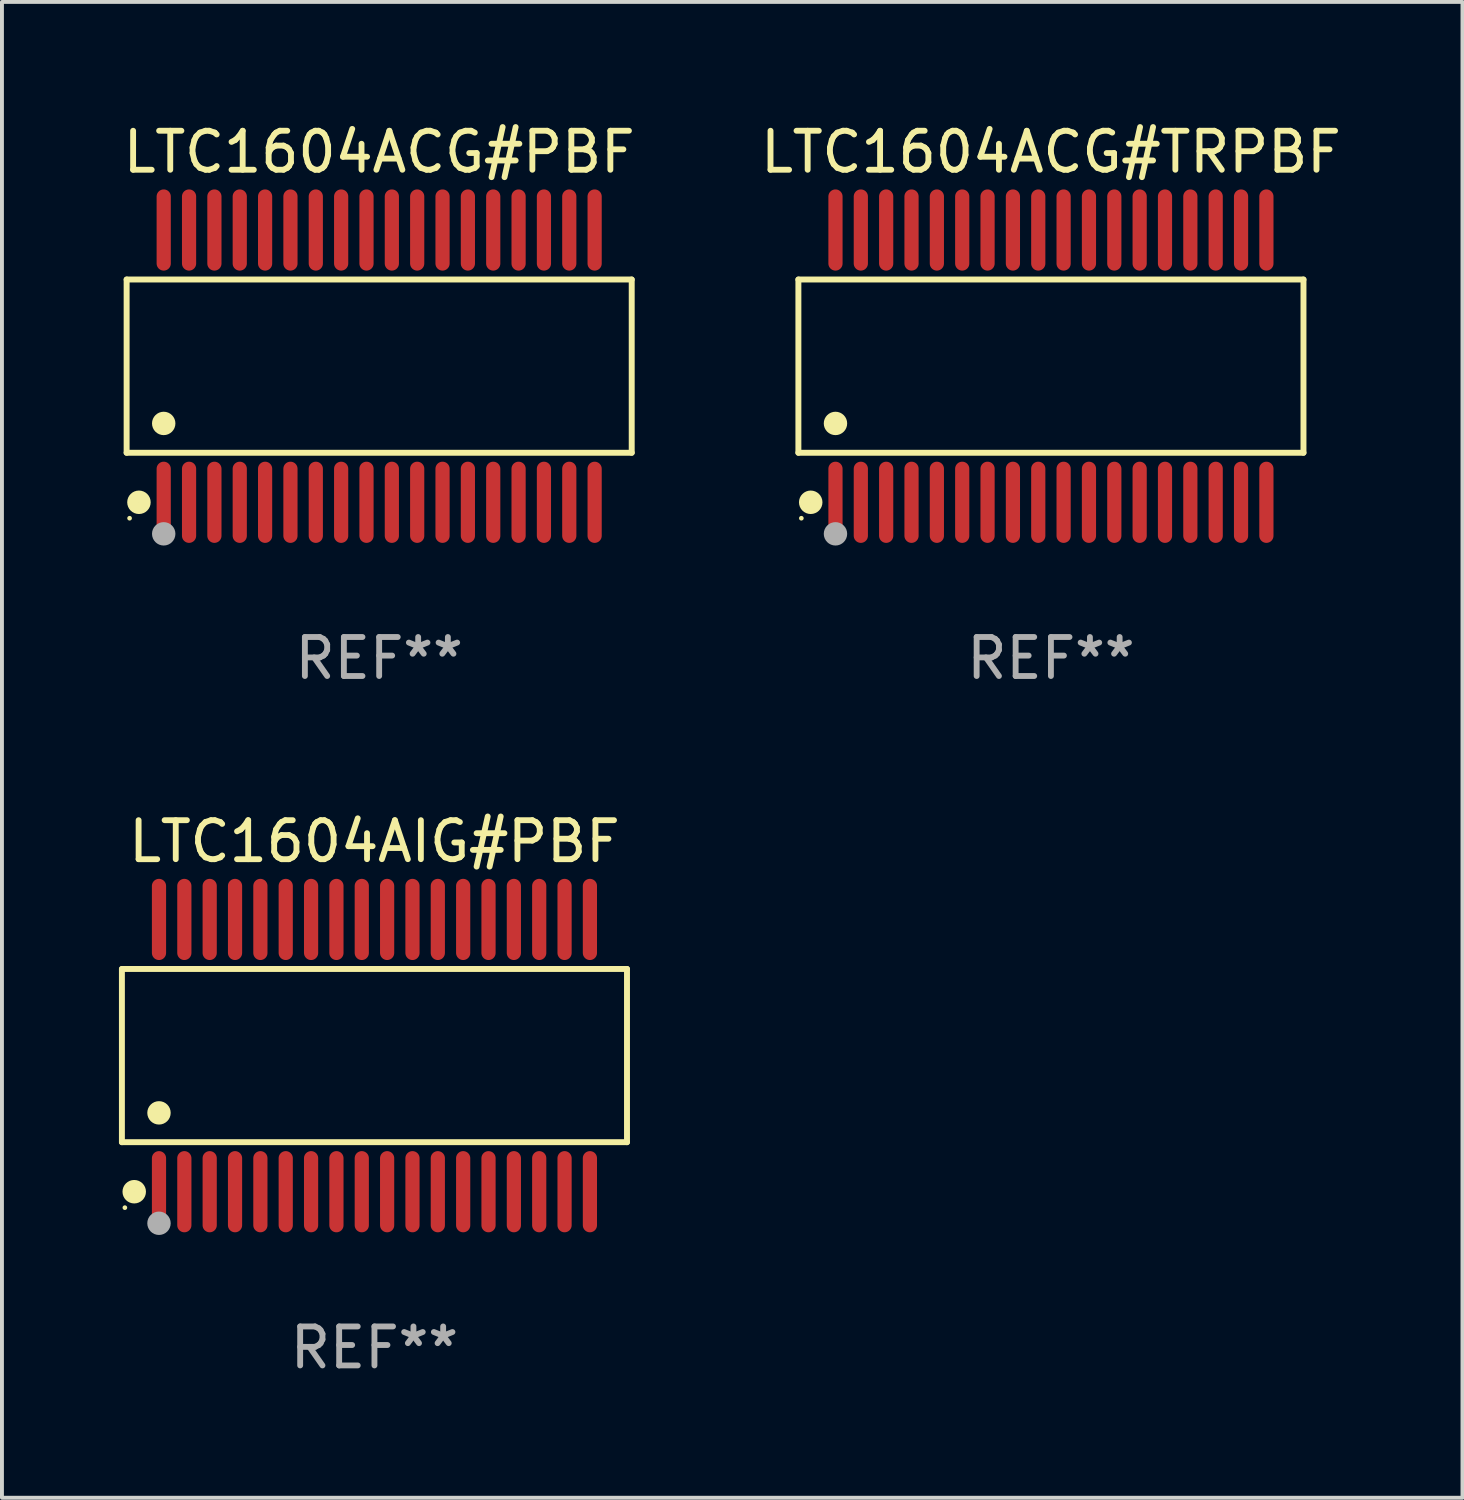
<source format=kicad_pcb>
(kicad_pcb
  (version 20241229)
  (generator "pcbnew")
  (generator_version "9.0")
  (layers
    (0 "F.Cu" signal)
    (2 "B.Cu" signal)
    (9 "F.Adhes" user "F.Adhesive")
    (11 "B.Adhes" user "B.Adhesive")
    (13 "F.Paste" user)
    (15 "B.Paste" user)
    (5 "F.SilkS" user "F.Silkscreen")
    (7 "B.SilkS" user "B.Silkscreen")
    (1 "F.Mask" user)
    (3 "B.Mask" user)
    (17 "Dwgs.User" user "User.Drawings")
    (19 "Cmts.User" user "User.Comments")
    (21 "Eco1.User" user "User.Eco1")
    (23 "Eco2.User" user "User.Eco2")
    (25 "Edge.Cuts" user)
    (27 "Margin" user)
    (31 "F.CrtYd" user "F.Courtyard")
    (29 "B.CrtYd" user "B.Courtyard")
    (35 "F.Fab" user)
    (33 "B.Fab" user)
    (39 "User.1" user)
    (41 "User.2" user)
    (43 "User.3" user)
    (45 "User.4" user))
  (footprint "LTC1604ACG#TRPBF"
    (layer "F.Cu")
    (at 23.899 6.339)
    (property "Reference" "LTC1604ACG#TRPBF" (at 0 -5.491 0) (layer "F.SilkS") (effects (font (size 1 1) (thickness 0.15))))
    (attr through_hole)
    (fp_line (start -6.476 -2.221) (end 6.476 -2.221) (stroke (width 0.152) (type solid)) (layer "F.SilkS"))
    (fp_line (start -6.476 2.221) (end -6.476 -2.221) (stroke (width 0.152) (type solid)) (layer "F.SilkS"))
    (fp_line (start 6.476 -2.221) (end 6.476 2.221) (stroke (width 0.152) (type solid)) (layer "F.SilkS"))
    (fp_line (start 6.476 2.221) (end -6.476 2.221) (stroke (width 0.152) (type solid)) (layer "F.SilkS"))
    (fp_circle (center -6.4 3.9) (end -6.37 3.9) (stroke (width 0.06) (type solid)) (fill no) (layer "F.SilkS"))
    (fp_circle (center -6.16 3.491) (end -6.009 3.491) (stroke (width 0.3) (type solid)) (fill no) (layer "F.SilkS"))
    (fp_circle (center -5.525 1.469) (end -5.375 1.469) (stroke (width 0.3) (type solid)) (fill no) (layer "F.SilkS"))
    (fp_circle (center -5.525 4.3) (end -5.375 4.3) (stroke (width 0.3) (type solid)) (fill no) (layer "F.Fab"))
    (fp_text user "REF**" (at 0 7.491 0) (layer "F.Fab") (effects (font (size 1 1) (thickness 0.15))))
    (pad "1" smd oval (at -5.525 3.491) (size 0.364 2.082) (layers "F.Cu" "F.Mask" "F.Paste"))
    (pad "2" smd oval (at -4.875 3.491) (size 0.364 2.082) (layers "F.Cu" "F.Mask" "F.Paste"))
    (pad "3" smd oval (at -4.225 3.491) (size 0.364 2.082) (layers "F.Cu" "F.Mask" "F.Paste"))
    (pad "4" smd oval (at -3.575 3.491) (size 0.364 2.082) (layers "F.Cu" "F.Mask" "F.Paste"))
    (pad "5" smd oval (at -2.925 3.491) (size 0.364 2.082) (layers "F.Cu" "F.Mask" "F.Paste"))
    (pad "6" smd oval (at -2.275 3.491) (size 0.364 2.082) (layers "F.Cu" "F.Mask" "F.Paste"))
    (pad "7" smd oval (at -1.625 3.491) (size 0.364 2.082) (layers "F.Cu" "F.Mask" "F.Paste"))
    (pad "8" smd oval (at -0.975 3.491) (size 0.364 2.082) (layers "F.Cu" "F.Mask" "F.Paste"))
    (pad "9" smd oval (at -0.325 3.491) (size 0.364 2.082) (layers "F.Cu" "F.Mask" "F.Paste"))
    (pad "10" smd oval (at 0.325 3.491) (size 0.364 2.082) (layers "F.Cu" "F.Mask" "F.Paste"))
    (pad "11" smd oval (at 0.975 3.491) (size 0.364 2.082) (layers "F.Cu" "F.Mask" "F.Paste"))
    (pad "12" smd oval (at 1.625 3.491) (size 0.364 2.082) (layers "F.Cu" "F.Mask" "F.Paste"))
    (pad "13" smd oval (at 2.275 3.491) (size 0.364 2.082) (layers "F.Cu" "F.Mask" "F.Paste"))
    (pad "14" smd oval (at 2.925 3.491) (size 0.364 2.082) (layers "F.Cu" "F.Mask" "F.Paste"))
    (pad "15" smd oval (at 3.575 3.491) (size 0.364 2.082) (layers "F.Cu" "F.Mask" "F.Paste"))
    (pad "16" smd oval (at 4.225 3.491) (size 0.364 2.082) (layers "F.Cu" "F.Mask" "F.Paste"))
    (pad "17" smd oval (at 4.875 3.491) (size 0.364 2.082) (layers "F.Cu" "F.Mask" "F.Paste"))
    (pad "18" smd oval (at 5.525 3.491) (size 0.364 2.082) (layers "F.Cu" "F.Mask" "F.Paste"))
    (pad "19" smd oval (at 5.525 -3.491) (size 0.364 2.082) (layers "F.Cu" "F.Mask" "F.Paste"))
    (pad "20" smd oval (at 4.875 -3.491) (size 0.364 2.082) (layers "F.Cu" "F.Mask" "F.Paste"))
    (pad "21" smd oval (at 4.225 -3.491) (size 0.364 2.082) (layers "F.Cu" "F.Mask" "F.Paste"))
    (pad "22" smd oval (at 3.575 -3.491) (size 0.364 2.082) (layers "F.Cu" "F.Mask" "F.Paste"))
    (pad "23" smd oval (at 2.925 -3.491) (size 0.364 2.082) (layers "F.Cu" "F.Mask" "F.Paste"))
    (pad "24" smd oval (at 2.275 -3.491) (size 0.364 2.082) (layers "F.Cu" "F.Mask" "F.Paste"))
    (pad "25" smd oval (at 1.625 -3.491) (size 0.364 2.082) (layers "F.Cu" "F.Mask" "F.Paste"))
    (pad "26" smd oval (at 0.975 -3.491) (size 0.364 2.082) (layers "F.Cu" "F.Mask" "F.Paste"))
    (pad "27" smd oval (at 0.325 -3.491) (size 0.364 2.082) (layers "F.Cu" "F.Mask" "F.Paste"))
    (pad "28" smd oval (at -0.325 -3.491) (size 0.364 2.082) (layers "F.Cu" "F.Mask" "F.Paste"))
    (pad "29" smd oval (at -0.975 -3.491) (size 0.364 2.082) (layers "F.Cu" "F.Mask" "F.Paste"))
    (pad "30" smd oval (at -1.625 -3.491) (size 0.364 2.082) (layers "F.Cu" "F.Mask" "F.Paste"))
    (pad "31" smd oval (at -2.275 -3.491) (size 0.364 2.082) (layers "F.Cu" "F.Mask" "F.Paste"))
    (pad "32" smd oval (at -2.925 -3.491) (size 0.364 2.082) (layers "F.Cu" "F.Mask" "F.Paste"))
    (pad "33" smd oval (at -3.575 -3.491) (size 0.364 2.082) (layers "F.Cu" "F.Mask" "F.Paste"))
    (pad "34" smd oval (at -4.225 -3.491) (size 0.364 2.082) (layers "F.Cu" "F.Mask" "F.Paste"))
    (pad "35" smd oval (at -4.875 -3.491) (size 0.364 2.082) (layers "F.Cu" "F.Mask" "F.Paste"))
    (pad "36" smd oval (at -5.525 -3.491) (size 0.364 2.082) (layers "F.Cu" "F.Mask" "F.Paste")))
  (footprint "LTC1604AIG#PBF"
    (layer "F.Cu")
    (at 6.552 24.018)
    (property "Reference" "LTC1604AIG#PBF" (at 0 -5.491 0) (layer "F.SilkS") (effects (font (size 1 1) (thickness 0.15))))
    (attr through_hole)
    (fp_line (start -6.476 -2.221) (end 6.476 -2.221) (stroke (width 0.152) (type solid)) (layer "F.SilkS"))
    (fp_line (start -6.476 2.221) (end -6.476 -2.221) (stroke (width 0.152) (type solid)) (layer "F.SilkS"))
    (fp_line (start 6.476 -2.221) (end 6.476 2.221) (stroke (width 0.152) (type solid)) (layer "F.SilkS"))
    (fp_line (start 6.476 2.221) (end -6.476 2.221) (stroke (width 0.152) (type solid)) (layer "F.SilkS"))
    (fp_circle (center -6.4 3.9) (end -6.37 3.9) (stroke (width 0.06) (type solid)) (fill no) (layer "F.SilkS"))
    (fp_circle (center -6.16 3.491) (end -6.009 3.491) (stroke (width 0.3) (type solid)) (fill no) (layer "F.SilkS"))
    (fp_circle (center -5.525 1.469) (end -5.375 1.469) (stroke (width 0.3) (type solid)) (fill no) (layer "F.SilkS"))
    (fp_circle (center -5.525 4.3) (end -5.375 4.3) (stroke (width 0.3) (type solid)) (fill no) (layer "F.Fab"))
    (fp_text user "REF**" (at 0 7.491 0) (layer "F.Fab") (effects (font (size 1 1) (thickness 0.15))))
    (pad "1" smd oval (at -5.525 3.491) (size 0.364 2.082) (layers "F.Cu" "F.Mask" "F.Paste"))
    (pad "2" smd oval (at -4.875 3.491) (size 0.364 2.082) (layers "F.Cu" "F.Mask" "F.Paste"))
    (pad "3" smd oval (at -4.225 3.491) (size 0.364 2.082) (layers "F.Cu" "F.Mask" "F.Paste"))
    (pad "4" smd oval (at -3.575 3.491) (size 0.364 2.082) (layers "F.Cu" "F.Mask" "F.Paste"))
    (pad "5" smd oval (at -2.925 3.491) (size 0.364 2.082) (layers "F.Cu" "F.Mask" "F.Paste"))
    (pad "6" smd oval (at -2.275 3.491) (size 0.364 2.082) (layers "F.Cu" "F.Mask" "F.Paste"))
    (pad "7" smd oval (at -1.625 3.491) (size 0.364 2.082) (layers "F.Cu" "F.Mask" "F.Paste"))
    (pad "8" smd oval (at -0.975 3.491) (size 0.364 2.082) (layers "F.Cu" "F.Mask" "F.Paste"))
    (pad "9" smd oval (at -0.325 3.491) (size 0.364 2.082) (layers "F.Cu" "F.Mask" "F.Paste"))
    (pad "10" smd oval (at 0.325 3.491) (size 0.364 2.082) (layers "F.Cu" "F.Mask" "F.Paste"))
    (pad "11" smd oval (at 0.975 3.491) (size 0.364 2.082) (layers "F.Cu" "F.Mask" "F.Paste"))
    (pad "12" smd oval (at 1.625 3.491) (size 0.364 2.082) (layers "F.Cu" "F.Mask" "F.Paste"))
    (pad "13" smd oval (at 2.275 3.491) (size 0.364 2.082) (layers "F.Cu" "F.Mask" "F.Paste"))
    (pad "14" smd oval (at 2.925 3.491) (size 0.364 2.082) (layers "F.Cu" "F.Mask" "F.Paste"))
    (pad "15" smd oval (at 3.575 3.491) (size 0.364 2.082) (layers "F.Cu" "F.Mask" "F.Paste"))
    (pad "16" smd oval (at 4.225 3.491) (size 0.364 2.082) (layers "F.Cu" "F.Mask" "F.Paste"))
    (pad "17" smd oval (at 4.875 3.491) (size 0.364 2.082) (layers "F.Cu" "F.Mask" "F.Paste"))
    (pad "18" smd oval (at 5.525 3.491) (size 0.364 2.082) (layers "F.Cu" "F.Mask" "F.Paste"))
    (pad "19" smd oval (at 5.525 -3.491) (size 0.364 2.082) (layers "F.Cu" "F.Mask" "F.Paste"))
    (pad "20" smd oval (at 4.875 -3.491) (size 0.364 2.082) (layers "F.Cu" "F.Mask" "F.Paste"))
    (pad "21" smd oval (at 4.225 -3.491) (size 0.364 2.082) (layers "F.Cu" "F.Mask" "F.Paste"))
    (pad "22" smd oval (at 3.575 -3.491) (size 0.364 2.082) (layers "F.Cu" "F.Mask" "F.Paste"))
    (pad "23" smd oval (at 2.925 -3.491) (size 0.364 2.082) (layers "F.Cu" "F.Mask" "F.Paste"))
    (pad "24" smd oval (at 2.275 -3.491) (size 0.364 2.082) (layers "F.Cu" "F.Mask" "F.Paste"))
    (pad "25" smd oval (at 1.625 -3.491) (size 0.364 2.082) (layers "F.Cu" "F.Mask" "F.Paste"))
    (pad "26" smd oval (at 0.975 -3.491) (size 0.364 2.082) (layers "F.Cu" "F.Mask" "F.Paste"))
    (pad "27" smd oval (at 0.325 -3.491) (size 0.364 2.082) (layers "F.Cu" "F.Mask" "F.Paste"))
    (pad "28" smd oval (at -0.325 -3.491) (size 0.364 2.082) (layers "F.Cu" "F.Mask" "F.Paste"))
    (pad "29" smd oval (at -0.975 -3.491) (size 0.364 2.082) (layers "F.Cu" "F.Mask" "F.Paste"))
    (pad "30" smd oval (at -1.625 -3.491) (size 0.364 2.082) (layers "F.Cu" "F.Mask" "F.Paste"))
    (pad "31" smd oval (at -2.275 -3.491) (size 0.364 2.082) (layers "F.Cu" "F.Mask" "F.Paste"))
    (pad "32" smd oval (at -2.925 -3.491) (size 0.364 2.082) (layers "F.Cu" "F.Mask" "F.Paste"))
    (pad "33" smd oval (at -3.575 -3.491) (size 0.364 2.082) (layers "F.Cu" "F.Mask" "F.Paste"))
    (pad "34" smd oval (at -4.225 -3.491) (size 0.364 2.082) (layers "F.Cu" "F.Mask" "F.Paste"))
    (pad "35" smd oval (at -4.875 -3.491) (size 0.364 2.082) (layers "F.Cu" "F.Mask" "F.Paste"))
    (pad "36" smd oval (at -5.525 -3.491) (size 0.364 2.082) (layers "F.Cu" "F.Mask" "F.Paste")))
  (footprint "LTC1604ACG#PBF"
    (layer "F.Cu")
    (at 6.673 6.339)
    (property "Reference" "LTC1604ACG#PBF" (at 0 -5.491 0) (layer "F.SilkS") (effects (font (size 1 1) (thickness 0.15))))
    (attr through_hole)
    (fp_line (start -6.476 -2.221) (end 6.476 -2.221) (stroke (width 0.152) (type solid)) (layer "F.SilkS"))
    (fp_line (start -6.476 2.221) (end -6.476 -2.221) (stroke (width 0.152) (type solid)) (layer "F.SilkS"))
    (fp_line (start 6.476 -2.221) (end 6.476 2.221) (stroke (width 0.152) (type solid)) (layer "F.SilkS"))
    (fp_line (start 6.476 2.221) (end -6.476 2.221) (stroke (width 0.152) (type solid)) (layer "F.SilkS"))
    (fp_circle (center -6.4 3.9) (end -6.37 3.9) (stroke (width 0.06) (type solid)) (fill no) (layer "F.SilkS"))
    (fp_circle (center -6.16 3.491) (end -6.009 3.491) (stroke (width 0.3) (type solid)) (fill no) (layer "F.SilkS"))
    (fp_circle (center -5.525 1.469) (end -5.375 1.469) (stroke (width 0.3) (type solid)) (fill no) (layer "F.SilkS"))
    (fp_circle (center -5.525 4.3) (end -5.375 4.3) (stroke (width 0.3) (type solid)) (fill no) (layer "F.Fab"))
    (fp_text user "REF**" (at 0 7.491 0) (layer "F.Fab") (effects (font (size 1 1) (thickness 0.15))))
    (pad "1" smd oval (at -5.525 3.491) (size 0.364 2.082) (layers "F.Cu" "F.Mask" "F.Paste"))
    (pad "2" smd oval (at -4.875 3.491) (size 0.364 2.082) (layers "F.Cu" "F.Mask" "F.Paste"))
    (pad "3" smd oval (at -4.225 3.491) (size 0.364 2.082) (layers "F.Cu" "F.Mask" "F.Paste"))
    (pad "4" smd oval (at -3.575 3.491) (size 0.364 2.082) (layers "F.Cu" "F.Mask" "F.Paste"))
    (pad "5" smd oval (at -2.925 3.491) (size 0.364 2.082) (layers "F.Cu" "F.Mask" "F.Paste"))
    (pad "6" smd oval (at -2.275 3.491) (size 0.364 2.082) (layers "F.Cu" "F.Mask" "F.Paste"))
    (pad "7" smd oval (at -1.625 3.491) (size 0.364 2.082) (layers "F.Cu" "F.Mask" "F.Paste"))
    (pad "8" smd oval (at -0.975 3.491) (size 0.364 2.082) (layers "F.Cu" "F.Mask" "F.Paste"))
    (pad "9" smd oval (at -0.325 3.491) (size 0.364 2.082) (layers "F.Cu" "F.Mask" "F.Paste"))
    (pad "10" smd oval (at 0.325 3.491) (size 0.364 2.082) (layers "F.Cu" "F.Mask" "F.Paste"))
    (pad "11" smd oval (at 0.975 3.491) (size 0.364 2.082) (layers "F.Cu" "F.Mask" "F.Paste"))
    (pad "12" smd oval (at 1.625 3.491) (size 0.364 2.082) (layers "F.Cu" "F.Mask" "F.Paste"))
    (pad "13" smd oval (at 2.275 3.491) (size 0.364 2.082) (layers "F.Cu" "F.Mask" "F.Paste"))
    (pad "14" smd oval (at 2.925 3.491) (size 0.364 2.082) (layers "F.Cu" "F.Mask" "F.Paste"))
    (pad "15" smd oval (at 3.575 3.491) (size 0.364 2.082) (layers "F.Cu" "F.Mask" "F.Paste"))
    (pad "16" smd oval (at 4.225 3.491) (size 0.364 2.082) (layers "F.Cu" "F.Mask" "F.Paste"))
    (pad "17" smd oval (at 4.875 3.491) (size 0.364 2.082) (layers "F.Cu" "F.Mask" "F.Paste"))
    (pad "18" smd oval (at 5.525 3.491) (size 0.364 2.082) (layers "F.Cu" "F.Mask" "F.Paste"))
    (pad "19" smd oval (at 5.525 -3.491) (size 0.364 2.082) (layers "F.Cu" "F.Mask" "F.Paste"))
    (pad "20" smd oval (at 4.875 -3.491) (size 0.364 2.082) (layers "F.Cu" "F.Mask" "F.Paste"))
    (pad "21" smd oval (at 4.225 -3.491) (size 0.364 2.082) (layers "F.Cu" "F.Mask" "F.Paste"))
    (pad "22" smd oval (at 3.575 -3.491) (size 0.364 2.082) (layers "F.Cu" "F.Mask" "F.Paste"))
    (pad "23" smd oval (at 2.925 -3.491) (size 0.364 2.082) (layers "F.Cu" "F.Mask" "F.Paste"))
    (pad "24" smd oval (at 2.275 -3.491) (size 0.364 2.082) (layers "F.Cu" "F.Mask" "F.Paste"))
    (pad "25" smd oval (at 1.625 -3.491) (size 0.364 2.082) (layers "F.Cu" "F.Mask" "F.Paste"))
    (pad "26" smd oval (at 0.975 -3.491) (size 0.364 2.082) (layers "F.Cu" "F.Mask" "F.Paste"))
    (pad "27" smd oval (at 0.325 -3.491) (size 0.364 2.082) (layers "F.Cu" "F.Mask" "F.Paste"))
    (pad "28" smd oval (at -0.325 -3.491) (size 0.364 2.082) (layers "F.Cu" "F.Mask" "F.Paste"))
    (pad "29" smd oval (at -0.975 -3.491) (size 0.364 2.082) (layers "F.Cu" "F.Mask" "F.Paste"))
    (pad "30" smd oval (at -1.625 -3.491) (size 0.364 2.082) (layers "F.Cu" "F.Mask" "F.Paste"))
    (pad "31" smd oval (at -2.275 -3.491) (size 0.364 2.082) (layers "F.Cu" "F.Mask" "F.Paste"))
    (pad "32" smd oval (at -2.925 -3.491) (size 0.364 2.082) (layers "F.Cu" "F.Mask" "F.Paste"))
    (pad "33" smd oval (at -3.575 -3.491) (size 0.364 2.082) (layers "F.Cu" "F.Mask" "F.Paste"))
    (pad "34" smd oval (at -4.225 -3.491) (size 0.364 2.082) (layers "F.Cu" "F.Mask" "F.Paste"))
    (pad "35" smd oval (at -4.875 -3.491) (size 0.364 2.082) (layers "F.Cu" "F.Mask" "F.Paste"))
    (pad "36" smd oval (at -5.525 -3.491) (size 0.364 2.082) (layers "F.Cu" "F.Mask" "F.Paste")))
  (gr_rect
    (start -3 -3)
    (end 34.452 35.357)
    (stroke (width 0.1) (type default))
    (fill no)
    (layer "Edge.Cuts")))
</source>
